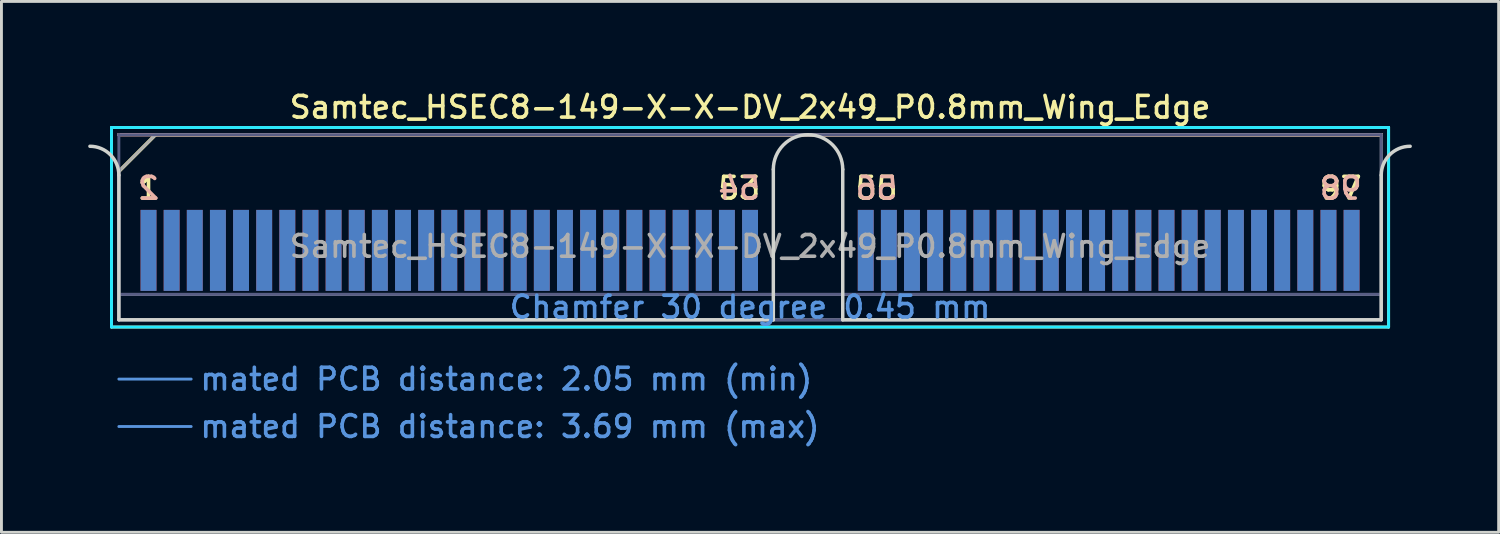
<source format=kicad_pcb>
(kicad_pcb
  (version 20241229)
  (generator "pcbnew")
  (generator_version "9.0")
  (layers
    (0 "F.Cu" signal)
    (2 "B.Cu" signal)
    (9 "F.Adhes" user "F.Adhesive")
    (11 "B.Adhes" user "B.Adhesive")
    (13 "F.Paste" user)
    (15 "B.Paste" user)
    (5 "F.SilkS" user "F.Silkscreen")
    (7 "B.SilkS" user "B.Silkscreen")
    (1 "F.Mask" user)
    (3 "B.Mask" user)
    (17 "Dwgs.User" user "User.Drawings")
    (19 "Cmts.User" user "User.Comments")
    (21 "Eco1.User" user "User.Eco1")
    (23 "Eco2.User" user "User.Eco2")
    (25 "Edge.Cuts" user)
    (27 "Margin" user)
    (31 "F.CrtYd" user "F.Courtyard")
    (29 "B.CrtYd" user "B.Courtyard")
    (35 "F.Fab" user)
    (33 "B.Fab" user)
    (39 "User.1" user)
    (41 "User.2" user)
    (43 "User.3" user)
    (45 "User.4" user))
  (footprint "Samtec_HSEC8-149-X-X-DV_2x49_P0.8mm_Wing_Edge"
    (layer "F.Cu")
    (at 22.885 8.008)
    (property "Reference" "Samtec_HSEC8-149-X-X-DV_2x49_P0.8mm_Wing_Edge" (at 0 -7.35 0) (layer "F.SilkS") (effects (font (size 0.75 0.75) (thickness 0.125))))
    (attr exclude_from_pos_files exclude_from_bom)
    (fp_line (start -22.08 -6.65) (end -22.08 0.25) (stroke (width 0.1) (type solid)) (layer "F.SilkS"))
    (fp_line (start -22.08 0.25) (end 22.08 0.25) (stroke (width 0.1) (type solid)) (layer "F.SilkS"))
    (fp_line (start -21.825 -5.13) (end -20.555 -6.4) (stroke (width 0.12) (type solid)) (layer "F.SilkS"))
    (fp_line (start -20.555 -6.4) (end 21.825 -6.4) (stroke (width 0.12) (type solid)) (layer "F.SilkS"))
    (fp_line (start 22.08 -6.65) (end -22.08 -6.65) (stroke (width 0.1) (type solid)) (layer "F.SilkS"))
    (fp_line (start 22.08 0.25) (end 22.08 -6.65) (stroke (width 0.1) (type solid)) (layer "F.SilkS"))
    (fp_line (start -21.825 -6.4) (end -21.825 -6.4) (stroke (width 0.12) (type solid)) (layer "B.SilkS"))
    (fp_line (start -21.825 -6.4) (end 21.825 -6.4) (stroke (width 0.12) (type solid)) (layer "B.SilkS"))
    (fp_line (start -21.825 2.05) (end -19.325 2.05) (stroke (width 0.1) (type solid)) (layer "Cmts.User"))
    (fp_line (start -21.825 3.69) (end -19.325 3.69) (stroke (width 0.1) (type solid)) (layer "Cmts.User"))
    (fp_line (start -21.825 -5) (end -21.825 0) (stroke (width 0.12) (type solid)) (layer "Edge.Cuts"))
    (fp_line (start -21.825 0) (end 0.805 0) (stroke (width 0.12) (type solid)) (layer "Edge.Cuts"))
    (fp_line (start 0.805 0) (end 0.805 -5.2) (stroke (width 0.12) (type solid)) (layer "Edge.Cuts"))
    (fp_line (start 3.205 -5.2) (end 3.205 0) (stroke (width 0.12) (type solid)) (layer "Edge.Cuts"))
    (fp_line (start 3.205 0) (end 21.825 0) (stroke (width 0.12) (type solid)) (layer "Edge.Cuts"))
    (fp_line (start 21.825 0) (end 21.825 -5) (stroke (width 0.12) (type solid)) (layer "Edge.Cuts"))
    (fp_arc (start -22.825 -6) (mid -22.117893 -5.707107) (end -21.825 -5) (stroke (width 0.12) (type solid)) (layer "Edge.Cuts"))
    (fp_arc (start 0.805 -5.2) (mid 2.005 -6.4) (end 3.205 -5.2) (stroke (width 0.12) (type solid)) (layer "Edge.Cuts"))
    (fp_arc (start 21.825 -5) (mid 22.117893 -5.707107) (end 22.825 -6) (stroke (width 0.12) (type solid)) (layer "Edge.Cuts"))
    (fp_line (start -22.08 -6.65) (end -22.08 0.25) (stroke (width 0.1) (type solid)) (layer "B.CrtYd"))
    (fp_line (start -22.08 0.25) (end 22.08 0.25) (stroke (width 0.1) (type solid)) (layer "B.CrtYd"))
    (fp_line (start 22.08 -6.65) (end -22.08 -6.65) (stroke (width 0.1) (type solid)) (layer "B.CrtYd"))
    (fp_line (start 22.08 0.25) (end 22.08 -6.65) (stroke (width 0.1) (type solid)) (layer "B.CrtYd"))
    (fp_line (start -21.825 -6.4) (end -21.825 -6.4) (stroke (width 0.1) (type solid)) (layer "B.Fab"))
    (fp_line (start -21.825 -6.4) (end -21.825 0) (stroke (width 0.1) (type solid)) (layer "B.Fab"))
    (fp_line (start -21.825 -6.4) (end 21.825 -6.4) (stroke (width 0.1) (type solid)) (layer "B.Fab"))
    (fp_line (start -21.825 -0.88) (end 21.825 -0.88) (stroke (width 0.1) (type solid)) (layer "B.Fab"))
    (fp_line (start -21.825 0) (end 21.825 0) (stroke (width 0.1) (type solid)) (layer "B.Fab"))
    (fp_line (start 21.825 -6.4) (end 21.825 0) (stroke (width 0.1) (type solid)) (layer "B.Fab"))
    (fp_line (start -21.825 -5.13) (end -21.825 0) (stroke (width 0.1) (type solid)) (layer "F.Fab"))
    (fp_line (start -21.825 -5.13) (end -20.555 -6.4) (stroke (width 0.1) (type solid)) (layer "F.Fab"))
    (fp_line (start -21.825 -0.88) (end 21.825 -0.88) (stroke (width 0.1) (type solid)) (layer "F.Fab"))
    (fp_line (start -21.825 0) (end 21.825 0) (stroke (width 0.1) (type solid)) (layer "F.Fab"))
    (fp_line (start -20.555 -6.4) (end 21.825 -6.4) (stroke (width 0.1) (type solid)) (layer "F.Fab"))
    (fp_line (start 21.825 -6.4) (end 21.825 0) (stroke (width 0.1) (type solid)) (layer "F.Fab"))
    (fp_text user "1" (at -20.8 -4.55 0) (layer "F.SilkS") (effects (font (size 0.75 0.75) (thickness 0.125))))
    (fp_text user "53" (at -0.375 -4.55 0) (layer "F.SilkS") (effects (font (size 0.75 0.75) (thickness 0.125))))
    (fp_text user "55" (at 4.375 -4.55 0) (layer "F.SilkS") (effects (font (size 0.75 0.75) (thickness 0.125))))
    (fp_text user "97" (at 20.425 -4.55 0) (layer "F.SilkS") (effects (font (size 0.75 0.75) (thickness 0.125))))
    (fp_text user "98" (at 20.425 -4.55 0) (layer "B.SilkS") (effects (font (size 0.75 0.75) (thickness 0.125)) (justify mirror)))
    (fp_text user "56" (at 4.375 -4.55 0) (layer "B.SilkS") (effects (font (size 0.75 0.75) (thickness 0.125)) (justify mirror)))
    (fp_text user "54" (at -0.375 -4.55 0) (layer "B.SilkS") (effects (font (size 0.75 0.75) (thickness 0.125)) (justify mirror)))
    (fp_text user "2" (at -20.8 -4.55 0) (layer "B.SilkS") (effects (font (size 0.75 0.75) (thickness 0.125)) (justify mirror)))
    (fp_text user "mated PCB distance: 3.69 mm (max)" (at -19.08 3.69 0) (layer "Cmts.User") (effects (font (size 0.75 0.75) (thickness 0.125)) (justify left)))
    (fp_text user "mated PCB distance: 2.05 mm (min)" (at -19.08 2.05 0) (layer "Cmts.User") (effects (font (size 0.75 0.75) (thickness 0.125)) (justify left)))
    (fp_text user "Chamfer 30 degree 0.45 mm" (at 0 -0.44 0) (layer "Cmts.User") (effects (font (size 0.75 0.75) (thickness 0.125))))
    (fp_text user "${REFERENCE}" (at 0 -2.54 0) (layer "F.Fab") (effects (font (size 0.75 0.75) (thickness 0.125))))
    (pad "1" connect rect (at -20.8 -2.4) (size 0.55 2.8) (layers "F.Cu" "F.Mask"))
    (pad "2" connect rect (at -20.8 -2.4) (size 0.55 2.8) (layers "B.Cu" "B.Mask"))
    (pad "3" connect rect (at -20 -2.4) (size 0.55 2.8) (layers "F.Cu" "F.Mask"))
    (pad "4" connect rect (at -20 -2.4) (size 0.55 2.8) (layers "B.Cu" "B.Mask"))
    (pad "5" connect rect (at -19.2 -2.4) (size 0.55 2.8) (layers "F.Cu" "F.Mask"))
    (pad "6" connect rect (at -19.2 -2.4) (size 0.55 2.8) (layers "B.Cu" "B.Mask"))
    (pad "7" connect rect (at -18.4 -2.4) (size 0.55 2.8) (layers "F.Cu" "F.Mask"))
    (pad "8" connect rect (at -18.4 -2.4) (size 0.55 2.8) (layers "B.Cu" "B.Mask"))
    (pad "9" connect rect (at -17.6 -2.4) (size 0.55 2.8) (layers "F.Cu" "F.Mask"))
    (pad "10" connect rect (at -17.6 -2.4) (size 0.55 2.8) (layers "B.Cu" "B.Mask"))
    (pad "11" connect rect (at -16.8 -2.4) (size 0.55 2.8) (layers "F.Cu" "F.Mask"))
    (pad "12" connect rect (at -16.8 -2.4) (size 0.55 2.8) (layers "B.Cu" "B.Mask"))
    (pad "13" connect rect (at -16 -2.4) (size 0.55 2.8) (layers "F.Cu" "F.Mask"))
    (pad "14" connect rect (at -16 -2.4) (size 0.55 2.8) (layers "B.Cu" "B.Mask"))
    (pad "15" connect rect (at -15.2 -2.4) (size 0.55 2.8) (layers "F.Cu" "F.Mask"))
    (pad "16" connect rect (at -15.2 -2.4) (size 0.55 2.8) (layers "B.Cu" "B.Mask"))
    (pad "17" connect rect (at -14.4 -2.4) (size 0.55 2.8) (layers "F.Cu" "F.Mask"))
    (pad "18" connect rect (at -14.4 -2.4) (size 0.55 2.8) (layers "B.Cu" "B.Mask"))
    (pad "19" connect rect (at -13.6 -2.4) (size 0.55 2.8) (layers "F.Cu" "F.Mask"))
    (pad "20" connect rect (at -13.6 -2.4) (size 0.55 2.8) (layers "B.Cu" "B.Mask"))
    (pad "21" connect rect (at -12.8 -2.4) (size 0.55 2.8) (layers "F.Cu" "F.Mask"))
    (pad "22" connect rect (at -12.8 -2.4) (size 0.55 2.8) (layers "B.Cu" "B.Mask"))
    (pad "23" connect rect (at -12 -2.4) (size 0.55 2.8) (layers "F.Cu" "F.Mask"))
    (pad "24" connect rect (at -12 -2.4) (size 0.55 2.8) (layers "B.Cu" "B.Mask"))
    (pad "25" connect rect (at -11.2 -2.4) (size 0.55 2.8) (layers "F.Cu" "F.Mask"))
    (pad "26" connect rect (at -11.2 -2.4) (size 0.55 2.8) (layers "B.Cu" "B.Mask"))
    (pad "27" connect rect (at -10.4 -2.4) (size 0.55 2.8) (layers "F.Cu" "F.Mask"))
    (pad "28" connect rect (at -10.4 -2.4) (size 0.55 2.8) (layers "B.Cu" "B.Mask"))
    (pad "29" connect rect (at -9.6 -2.4) (size 0.55 2.8) (layers "F.Cu" "F.Mask"))
    (pad "30" connect rect (at -9.6 -2.4) (size 0.55 2.8) (layers "B.Cu" "B.Mask"))
    (pad "31" connect rect (at -8.8 -2.4) (size 0.55 2.8) (layers "F.Cu" "F.Mask"))
    (pad "32" connect rect (at -8.8 -2.4) (size 0.55 2.8) (layers "B.Cu" "B.Mask"))
    (pad "33" connect rect (at -8 -2.4) (size 0.55 2.8) (layers "F.Cu" "F.Mask"))
    (pad "34" connect rect (at -8 -2.4) (size 0.55 2.8) (layers "B.Cu" "B.Mask"))
    (pad "35" connect rect (at -7.2 -2.4) (size 0.55 2.8) (layers "F.Cu" "F.Mask"))
    (pad "36" connect rect (at -7.2 -2.4) (size 0.55 2.8) (layers "B.Cu" "B.Mask"))
    (pad "37" connect rect (at -6.4 -2.4) (size 0.55 2.8) (layers "F.Cu" "F.Mask"))
    (pad "38" connect rect (at -6.4 -2.4) (size 0.55 2.8) (layers "B.Cu" "B.Mask"))
    (pad "39" connect rect (at -5.6 -2.4) (size 0.55 2.8) (layers "F.Cu" "F.Mask"))
    (pad "40" connect rect (at -5.6 -2.4) (size 0.55 2.8) (layers "B.Cu" "B.Mask"))
    (pad "41" connect rect (at -4.8 -2.4) (size 0.55 2.8) (layers "F.Cu" "F.Mask"))
    (pad "42" connect rect (at -4.8 -2.4) (size 0.55 2.8) (layers "B.Cu" "B.Mask"))
    (pad "43" connect rect (at -4 -2.4) (size 0.55 2.8) (layers "F.Cu" "F.Mask"))
    (pad "44" connect rect (at -4 -2.4) (size 0.55 2.8) (layers "B.Cu" "B.Mask"))
    (pad "45" connect rect (at -3.2 -2.4) (size 0.55 2.8) (layers "F.Cu" "F.Mask"))
    (pad "46" connect rect (at -3.2 -2.4) (size 0.55 2.8) (layers "B.Cu" "B.Mask"))
    (pad "47" connect rect (at -2.4 -2.4) (size 0.55 2.8) (layers "F.Cu" "F.Mask"))
    (pad "48" connect rect (at -2.4 -2.4) (size 0.55 2.8) (layers "B.Cu" "B.Mask"))
    (pad "49" connect rect (at -1.6 -2.4) (size 0.55 2.8) (layers "F.Cu" "F.Mask"))
    (pad "50" connect rect (at -1.6 -2.4) (size 0.55 2.8) (layers "B.Cu" "B.Mask"))
    (pad "51" connect rect (at -0.8 -2.4) (size 0.55 2.8) (layers "F.Cu" "F.Mask"))
    (pad "52" connect rect (at -0.8 -2.4) (size 0.55 2.8) (layers "B.Cu" "B.Mask"))
    (pad "53" connect rect (at 0 -2.4) (size 0.55 2.8) (layers "F.Cu" "F.Mask"))
    (pad "54" connect rect (at 0 -2.4) (size 0.55 2.8) (layers "B.Cu" "B.Mask"))
    (pad "55" connect rect (at 4 -2.4) (size 0.55 2.8) (layers "F.Cu" "F.Mask"))
    (pad "56" connect rect (at 4 -2.4) (size 0.55 2.8) (layers "B.Cu" "B.Mask"))
    (pad "57" connect rect (at 4.8 -2.4) (size 0.55 2.8) (layers "F.Cu" "F.Mask"))
    (pad "58" connect rect (at 4.8 -2.4) (size 0.55 2.8) (layers "B.Cu" "B.Mask"))
    (pad "59" connect rect (at 5.6 -2.4) (size 0.55 2.8) (layers "F.Cu" "F.Mask"))
    (pad "60" connect rect (at 5.6 -2.4) (size 0.55 2.8) (layers "B.Cu" "B.Mask"))
    (pad "61" connect rect (at 6.4 -2.4) (size 0.55 2.8) (layers "F.Cu" "F.Mask"))
    (pad "62" connect rect (at 6.4 -2.4) (size 0.55 2.8) (layers "B.Cu" "B.Mask"))
    (pad "63" connect rect (at 7.2 -2.4) (size 0.55 2.8) (layers "F.Cu" "F.Mask"))
    (pad "64" connect rect (at 7.2 -2.4) (size 0.55 2.8) (layers "B.Cu" "B.Mask"))
    (pad "65" connect rect (at 8 -2.4) (size 0.55 2.8) (layers "F.Cu" "F.Mask"))
    (pad "66" connect rect (at 8 -2.4) (size 0.55 2.8) (layers "B.Cu" "B.Mask"))
    (pad "67" connect rect (at 8.8 -2.4) (size 0.55 2.8) (layers "F.Cu" "F.Mask"))
    (pad "68" connect rect (at 8.8 -2.4) (size 0.55 2.8) (layers "B.Cu" "B.Mask"))
    (pad "69" connect rect (at 9.6 -2.4) (size 0.55 2.8) (layers "F.Cu" "F.Mask"))
    (pad "70" connect rect (at 9.6 -2.4) (size 0.55 2.8) (layers "B.Cu" "B.Mask"))
    (pad "71" connect rect (at 10.4 -2.4) (size 0.55 2.8) (layers "F.Cu" "F.Mask"))
    (pad "72" connect rect (at 10.4 -2.4) (size 0.55 2.8) (layers "B.Cu" "B.Mask"))
    (pad "73" connect rect (at 11.2 -2.4) (size 0.55 2.8) (layers "F.Cu" "F.Mask"))
    (pad "74" connect rect (at 11.2 -2.4) (size 0.55 2.8) (layers "B.Cu" "B.Mask"))
    (pad "75" connect rect (at 12 -2.4) (size 0.55 2.8) (layers "F.Cu" "F.Mask"))
    (pad "76" connect rect (at 12 -2.4) (size 0.55 2.8) (layers "B.Cu" "B.Mask"))
    (pad "77" connect rect (at 12.8 -2.4) (size 0.55 2.8) (layers "F.Cu" "F.Mask"))
    (pad "78" connect rect (at 12.8 -2.4) (size 0.55 2.8) (layers "B.Cu" "B.Mask"))
    (pad "79" connect rect (at 13.6 -2.4) (size 0.55 2.8) (layers "F.Cu" "F.Mask"))
    (pad "80" connect rect (at 13.6 -2.4) (size 0.55 2.8) (layers "B.Cu" "B.Mask"))
    (pad "81" connect rect (at 14.4 -2.4) (size 0.55 2.8) (layers "F.Cu" "F.Mask"))
    (pad "82" connect rect (at 14.4 -2.4) (size 0.55 2.8) (layers "B.Cu" "B.Mask"))
    (pad "83" connect rect (at 15.2 -2.4) (size 0.55 2.8) (layers "F.Cu" "F.Mask"))
    (pad "84" connect rect (at 15.2 -2.4) (size 0.55 2.8) (layers "B.Cu" "B.Mask"))
    (pad "85" connect rect (at 16 -2.4) (size 0.55 2.8) (layers "F.Cu" "F.Mask"))
    (pad "86" connect rect (at 16 -2.4) (size 0.55 2.8) (layers "B.Cu" "B.Mask"))
    (pad "87" connect rect (at 16.8 -2.4) (size 0.55 2.8) (layers "F.Cu" "F.Mask"))
    (pad "88" connect rect (at 16.8 -2.4) (size 0.55 2.8) (layers "B.Cu" "B.Mask"))
    (pad "89" connect rect (at 17.6 -2.4) (size 0.55 2.8) (layers "F.Cu" "F.Mask"))
    (pad "90" connect rect (at 17.6 -2.4) (size 0.55 2.8) (layers "B.Cu" "B.Mask"))
    (pad "91" connect rect (at 18.4 -2.4) (size 0.55 2.8) (layers "F.Cu" "F.Mask"))
    (pad "92" connect rect (at 18.4 -2.4) (size 0.55 2.8) (layers "B.Cu" "B.Mask"))
    (pad "93" connect rect (at 19.2 -2.4) (size 0.55 2.8) (layers "F.Cu" "F.Mask"))
    (pad "94" connect rect (at 19.2 -2.4) (size 0.55 2.8) (layers "B.Cu" "B.Mask"))
    (pad "95" connect rect (at 20 -2.4) (size 0.55 2.8) (layers "F.Cu" "F.Mask"))
    (pad "96" connect rect (at 20 -2.4) (size 0.55 2.8) (layers "B.Cu" "B.Mask"))
    (pad "97" connect rect (at 20.8 -2.4) (size 0.55 2.8) (layers "F.Cu" "F.Mask"))
    (pad "98" connect rect (at 20.8 -2.4) (size 0.55 2.8) (layers "B.Cu" "B.Mask")))
  (gr_rect
    (start -3 -3)
    (end 48.77 15.356)
    (stroke (width 0.1) (type default))
    (fill no)
    (layer "Edge.Cuts")))
</source>
